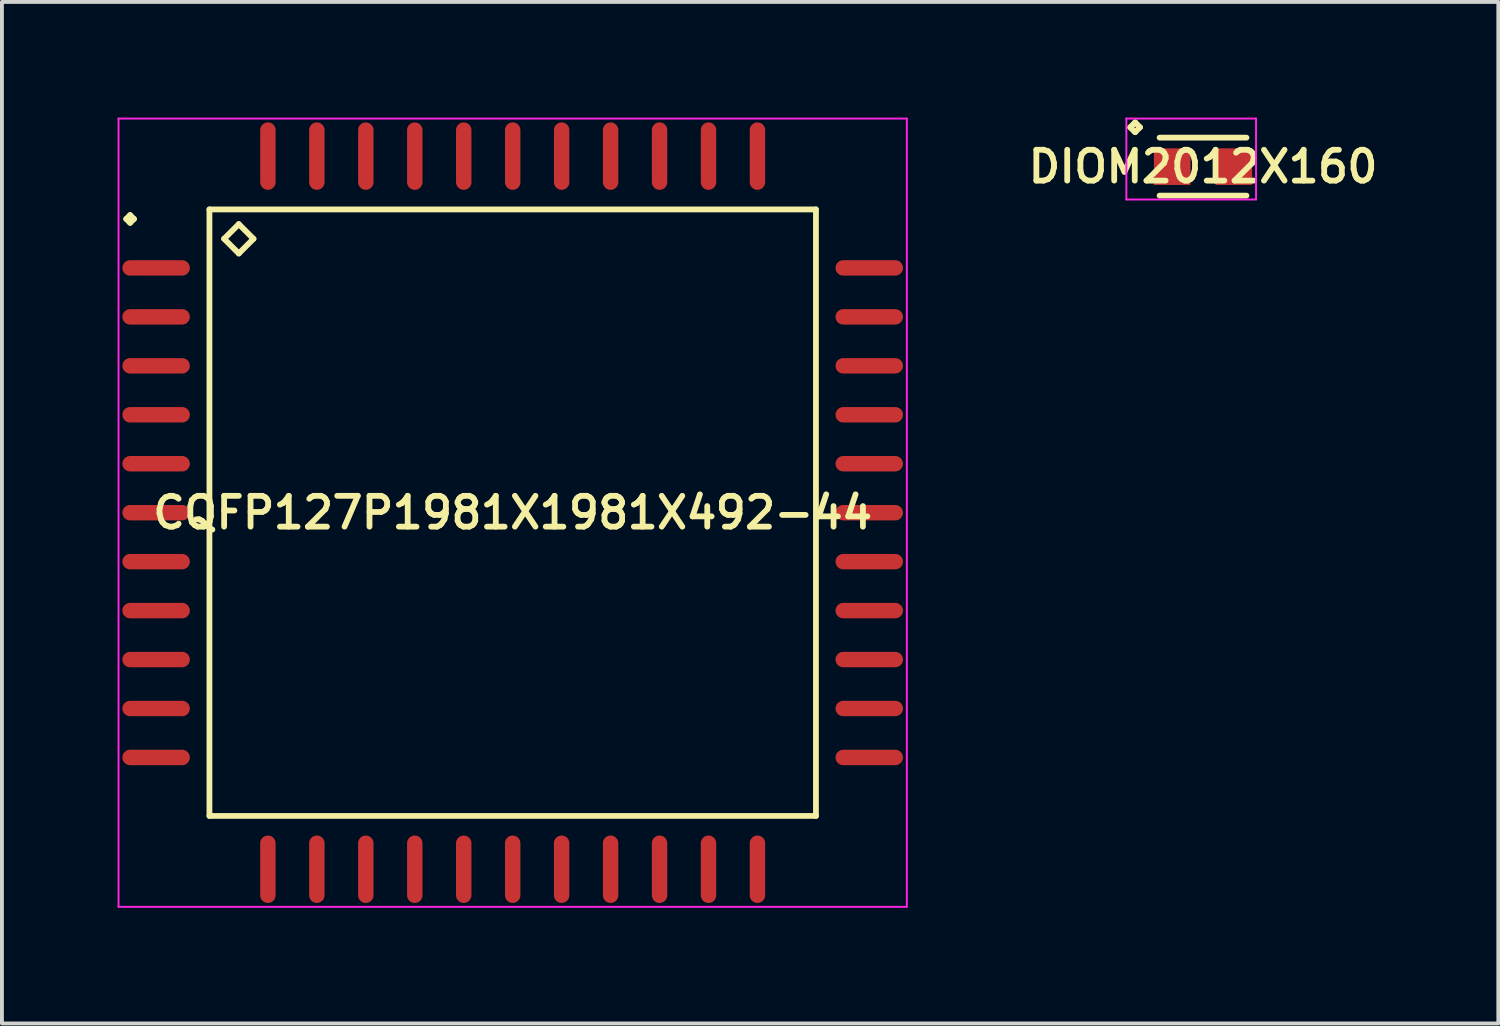
<source format=kicad_pcb>
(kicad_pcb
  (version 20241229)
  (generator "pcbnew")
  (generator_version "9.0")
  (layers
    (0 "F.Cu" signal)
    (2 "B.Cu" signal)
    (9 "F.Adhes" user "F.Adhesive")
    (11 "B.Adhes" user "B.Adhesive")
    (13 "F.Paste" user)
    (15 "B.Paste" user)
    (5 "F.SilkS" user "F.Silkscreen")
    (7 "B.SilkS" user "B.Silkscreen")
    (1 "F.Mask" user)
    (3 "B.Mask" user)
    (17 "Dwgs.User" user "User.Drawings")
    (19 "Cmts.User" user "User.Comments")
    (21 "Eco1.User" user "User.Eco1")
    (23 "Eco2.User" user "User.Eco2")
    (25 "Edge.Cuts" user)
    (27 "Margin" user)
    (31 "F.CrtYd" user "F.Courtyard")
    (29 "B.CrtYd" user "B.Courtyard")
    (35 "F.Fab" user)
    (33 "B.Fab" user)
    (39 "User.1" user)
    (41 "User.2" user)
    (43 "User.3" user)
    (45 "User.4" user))
  (footprint "CQFP127P1981X1981X492-44"
    (layer "F.Cu")
    (at 10.25 10.25)
    (property "Reference" "CQFP127P1981X1981X492-44" (at 0 0 0) (layer "F.SilkS") (effects (font (size 0.8 0.8) (thickness 0.15))))
    (attr smd)
    (fp_line (start -10.025 -7.62) (end -9.925 -7.72) (stroke (width 0.15) (type solid)) (layer "F.SilkS"))
    (fp_line (start -9.925 -7.72) (end -9.825 -7.62) (stroke (width 0.15) (type solid)) (layer "F.SilkS"))
    (fp_line (start -9.925 -7.52) (end -10.025 -7.62) (stroke (width 0.15) (type solid)) (layer "F.SilkS"))
    (fp_line (start -9.825 -7.62) (end -9.925 -7.52) (stroke (width 0.15) (type solid)) (layer "F.SilkS"))
    (fp_line (start -7.867 -7.867) (end -7.867 7.867) (stroke (width 0.15) (type solid)) (layer "F.SilkS"))
    (fp_line (start -7.867 7.867) (end 7.867 7.867) (stroke (width 0.15) (type solid)) (layer "F.SilkS"))
    (fp_line (start -7.486 -7.105) (end -7.105 -7.486) (stroke (width 0.15) (type solid)) (layer "F.SilkS"))
    (fp_line (start -7.105 -7.486) (end -6.724 -7.105) (stroke (width 0.15) (type solid)) (layer "F.SilkS"))
    (fp_line (start -7.105 -6.724) (end -7.486 -7.105) (stroke (width 0.15) (type solid)) (layer "F.SilkS"))
    (fp_line (start -6.724 -7.105) (end -7.105 -6.724) (stroke (width 0.15) (type solid)) (layer "F.SilkS"))
    (fp_line (start 7.867 -7.867) (end -7.867 -7.867) (stroke (width 0.15) (type solid)) (layer "F.SilkS"))
    (fp_line (start 7.867 7.867) (end 7.867 -7.867) (stroke (width 0.15) (type solid)) (layer "F.SilkS"))
    (fp_line (start -10.225 -10.225) (end 10.225 -10.225) (stroke (width 0.05) (type solid)) (layer "F.CrtYd"))
    (fp_line (start -10.225 10.225) (end -10.225 -10.225) (stroke (width 0.05) (type solid)) (layer "F.CrtYd"))
    (fp_line (start 10.225 -10.225) (end 10.225 10.225) (stroke (width 0.05) (type solid)) (layer "F.CrtYd"))
    (fp_line (start 10.225 10.225) (end -10.225 10.225) (stroke (width 0.05) (type solid)) (layer "F.CrtYd"))
    (pad "1" smd oval (at -9.25 -6.35) (size 1.75 0.4) (layers "F.Cu" "F.Mask" "F.Paste"))
    (pad "2" smd oval (at -9.25 -5.08) (size 1.75 0.4) (layers "F.Cu" "F.Mask" "F.Paste"))
    (pad "3" smd oval (at -9.25 -3.81) (size 1.75 0.4) (layers "F.Cu" "F.Mask" "F.Paste"))
    (pad "4" smd oval (at -9.25 -2.54) (size 1.75 0.4) (layers "F.Cu" "F.Mask" "F.Paste"))
    (pad "5" smd oval (at -9.25 -1.27) (size 1.75 0.4) (layers "F.Cu" "F.Mask" "F.Paste"))
    (pad "6" smd oval (at -9.25 0) (size 1.75 0.4) (layers "F.Cu" "F.Mask" "F.Paste"))
    (pad "7" smd oval (at -9.25 1.27) (size 1.75 0.4) (layers "F.Cu" "F.Mask" "F.Paste"))
    (pad "8" smd oval (at -9.25 2.54) (size 1.75 0.4) (layers "F.Cu" "F.Mask" "F.Paste"))
    (pad "9" smd oval (at -9.25 3.81) (size 1.75 0.4) (layers "F.Cu" "F.Mask" "F.Paste"))
    (pad "10" smd oval (at -9.25 5.08) (size 1.75 0.4) (layers "F.Cu" "F.Mask" "F.Paste"))
    (pad "11" smd oval (at -9.25 6.35) (size 1.75 0.4) (layers "F.Cu" "F.Mask" "F.Paste"))
    (pad "12" smd oval (at -6.35 9.25) (size 0.4 1.75) (layers "F.Cu" "F.Mask" "F.Paste"))
    (pad "13" smd oval (at -5.08 9.25) (size 0.4 1.75) (layers "F.Cu" "F.Mask" "F.Paste"))
    (pad "14" smd oval (at -3.81 9.25) (size 0.4 1.75) (layers "F.Cu" "F.Mask" "F.Paste"))
    (pad "15" smd oval (at -2.54 9.25) (size 0.4 1.75) (layers "F.Cu" "F.Mask" "F.Paste"))
    (pad "16" smd oval (at -1.27 9.25) (size 0.4 1.75) (layers "F.Cu" "F.Mask" "F.Paste"))
    (pad "17" smd oval (at 0 9.25) (size 0.4 1.75) (layers "F.Cu" "F.Mask" "F.Paste"))
    (pad "18" smd oval (at 1.27 9.25) (size 0.4 1.75) (layers "F.Cu" "F.Mask" "F.Paste"))
    (pad "19" smd oval (at 2.54 9.25) (size 0.4 1.75) (layers "F.Cu" "F.Mask" "F.Paste"))
    (pad "20" smd oval (at 3.81 9.25) (size 0.4 1.75) (layers "F.Cu" "F.Mask" "F.Paste"))
    (pad "21" smd oval (at 5.08 9.25) (size 0.4 1.75) (layers "F.Cu" "F.Mask" "F.Paste"))
    (pad "22" smd oval (at 6.35 9.25) (size 0.4 1.75) (layers "F.Cu" "F.Mask" "F.Paste"))
    (pad "23" smd oval (at 9.25 6.35) (size 1.75 0.4) (layers "F.Cu" "F.Mask" "F.Paste"))
    (pad "24" smd oval (at 9.25 5.08) (size 1.75 0.4) (layers "F.Cu" "F.Mask" "F.Paste"))
    (pad "25" smd oval (at 9.25 3.81) (size 1.75 0.4) (layers "F.Cu" "F.Mask" "F.Paste"))
    (pad "26" smd oval (at 9.25 2.54) (size 1.75 0.4) (layers "F.Cu" "F.Mask" "F.Paste"))
    (pad "27" smd oval (at 9.25 1.27) (size 1.75 0.4) (layers "F.Cu" "F.Mask" "F.Paste"))
    (pad "28" smd oval (at 9.25 0) (size 1.75 0.4) (layers "F.Cu" "F.Mask" "F.Paste"))
    (pad "29" smd oval (at 9.25 -1.27) (size 1.75 0.4) (layers "F.Cu" "F.Mask" "F.Paste"))
    (pad "30" smd oval (at 9.25 -2.54) (size 1.75 0.4) (layers "F.Cu" "F.Mask" "F.Paste"))
    (pad "31" smd oval (at 9.25 -3.81) (size 1.75 0.4) (layers "F.Cu" "F.Mask" "F.Paste"))
    (pad "32" smd oval (at 9.25 -5.08) (size 1.75 0.4) (layers "F.Cu" "F.Mask" "F.Paste"))
    (pad "33" smd oval (at 9.25 -6.35) (size 1.75 0.4) (layers "F.Cu" "F.Mask" "F.Paste"))
    (pad "34" smd oval (at 6.35 -9.25) (size 0.4 1.75) (layers "F.Cu" "F.Mask" "F.Paste"))
    (pad "35" smd oval (at 5.08 -9.25) (size 0.4 1.75) (layers "F.Cu" "F.Mask" "F.Paste"))
    (pad "36" smd oval (at 3.81 -9.25) (size 0.4 1.75) (layers "F.Cu" "F.Mask" "F.Paste"))
    (pad "37" smd oval (at 2.54 -9.25) (size 0.4 1.75) (layers "F.Cu" "F.Mask" "F.Paste"))
    (pad "38" smd oval (at 1.27 -9.25) (size 0.4 1.75) (layers "F.Cu" "F.Mask" "F.Paste"))
    (pad "39" smd oval (at 0 -9.25) (size 0.4 1.75) (layers "F.Cu" "F.Mask" "F.Paste"))
    (pad "40" smd oval (at -1.27 -9.25) (size 0.4 1.75) (layers "F.Cu" "F.Mask" "F.Paste"))
    (pad "41" smd oval (at -2.54 -9.25) (size 0.4 1.75) (layers "F.Cu" "F.Mask" "F.Paste"))
    (pad "42" smd oval (at -3.81 -9.25) (size 0.4 1.75) (layers "F.Cu" "F.Mask" "F.Paste"))
    (pad "43" smd oval (at -5.08 -9.25) (size 0.4 1.75) (layers "F.Cu" "F.Mask" "F.Paste"))
    (pad "44" smd oval (at -6.35 -9.25) (size 0.4 1.75) (layers "F.Cu" "F.Mask" "F.Paste")))
  (footprint "DIOM2012X160"
    (layer "F.Cu")
    (at 28.159 1.273)
    (property "Reference" "DIOM2012X160" (at 0 0 0) (layer "F.SilkS") (effects (font (size 0.8 0.8) (thickness 0.15))))
    (attr smd)
    (fp_line (start -1.889 -1.021) (end -1.762 -1.148) (stroke (width 0.15) (type solid)) (layer "F.SilkS"))
    (fp_line (start -1.762 -1.148) (end -1.635 -1.021) (stroke (width 0.15) (type solid)) (layer "F.SilkS"))
    (fp_line (start -1.762 -0.894) (end -1.889 -1.021) (stroke (width 0.15) (type solid)) (layer "F.SilkS"))
    (fp_line (start -1.635 -1.021) (end -1.762 -0.894) (stroke (width 0.15) (type solid)) (layer "F.SilkS"))
    (fp_line (start -1.127 -0.752) (end 1.127 -0.752) (stroke (width 0.15) (type solid)) (layer "F.SilkS"))
    (fp_line (start -1.127 0.752) (end 1.127 0.752) (stroke (width 0.15) (type solid)) (layer "F.SilkS"))
    (fp_line (start -1.989 -1.248) (end 1.375 -1.248) (stroke (width 0.05) (type solid)) (layer "F.CrtYd"))
    (fp_line (start -1.989 0.852) (end -1.989 -1.248) (stroke (width 0.05) (type solid)) (layer "F.CrtYd"))
    (fp_line (start 1.375 -1.248) (end 1.375 0.852) (stroke (width 0.05) (type solid)) (layer "F.CrtYd"))
    (fp_line (start 1.375 0.852) (end -1.989 0.852) (stroke (width 0.05) (type solid)) (layer "F.CrtYd"))
    (pad "1" smd rect (at -0.8 0) (size 0.95 0.95) (layers "F.Cu" "F.Mask" "F.Paste"))
    (pad "2" smd rect (at 0.8 0) (size 0.95 0.95) (layers "F.Cu" "F.Mask" "F.Paste")))
  (gr_rect
    (start -3 -3)
    (end 35.819 23.5)
    (stroke (width 0.1) (type default))
    (fill no)
    (layer "Edge.Cuts")))
</source>
